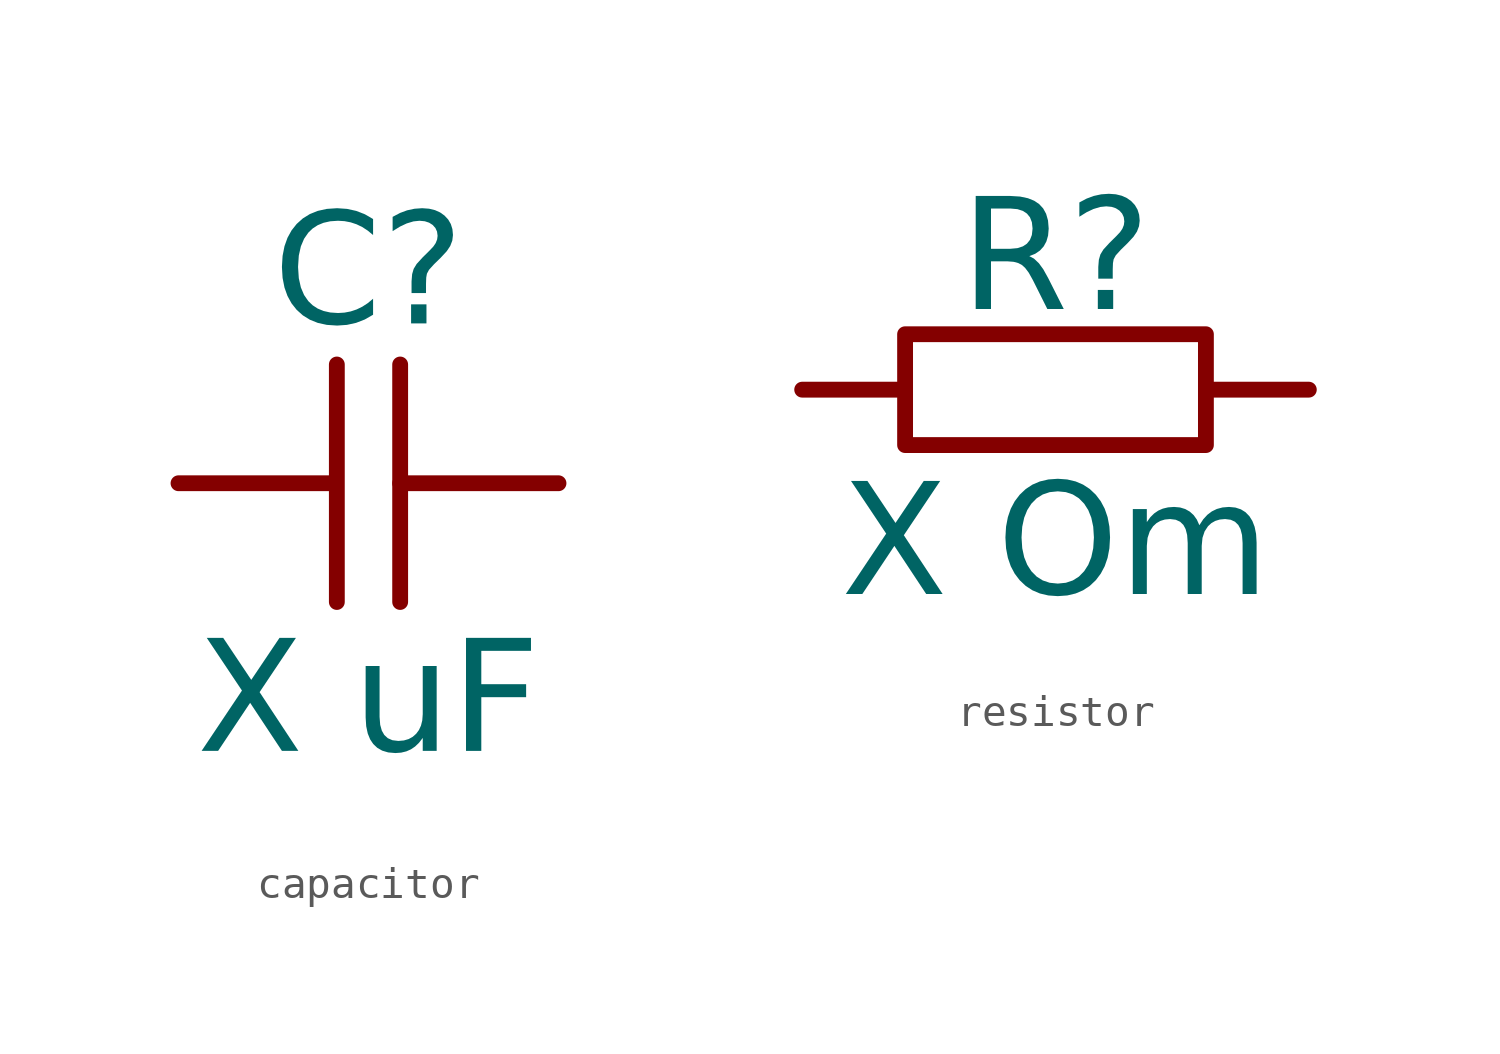
<source format=kicad_sym>
(kicad_symbol_lib
  (version 20241209)
  (generator "kicad_symbol_editor")
  (generator_version "9.0")
  (symbol "capacitor"
    (pin_numbers
      (hide yes))
    (pin_names
      (offset 0.5))
    (property "Reference" "C"
      (at 6 6.5 0)
      (effects (font (face "GOST type A") (size 3.5 3.5))))
    (property "Value" "X uF"
      (at 6 -7 0)
      (effects (font (face "GOST type A") (size 3.5 3.5))))
    (symbol "capacitor_1_1"
      (polyline (pts (xy 0 0) (xy 4.75 0)) (stroke (width 0.5) (type solid)) (fill (type none)))
      (polyline (pts (xy 5 3.75) (xy 5 -3.75)) (stroke (width 0.5) (type solid)) (fill (type none)))
      (polyline (pts (xy 7 3.75) (xy 7 -3.75)) (stroke (width 0.5) (type solid)) (fill (type none)))
      (polyline (pts (xy 7 0) (xy 12 0)) (stroke (width 0.5) (type solid)) (fill (type none)))
      (pin passive line (at 0 0 0) (length 5) (name "" (effects (font (size 2.5 2.5)))) (number "1" (effects (font (size 2.5 2.5)))))
      (pin passive line (at 12 0 180) (length 5) (name "" (effects (font (size 2.5 2.5)))) (number "2" (effects (font (size 2.5 2.5)))))))
  (symbol "resistor"
    (pin_numbers
      (hide yes))
    (property "Reference" "R"
      (at 8 4 0)
      (effects (font (face "GOST type A") (size 3.5 3.5))))
    (property "Value" "X Om"
      (at 8 -5 0)
      (effects (font (face "GOST type A") (size 3.5 3.5))))
    (symbol "resistor_0_1"
      (rectangle (start 3.25 1.75) (end 12.75 -1.75) (stroke (width 0.5) (type default)) (fill (type none))))
    (symbol "resistor_1_1"
      (polyline (pts (xy 0 0) (xy 3 0)) (stroke (width 0.5) (type solid)) (fill (type none)))
      (polyline (pts (xy 13 0) (xy 16 0)) (stroke (width 0.5) (type solid)) (fill (type none)))
      (pin passive line (at 0 0 0) (length 3) (name "" (effects (font (size 2.5 2.5)))) (number "1" (effects (font (size 2.5 2.5)))))
      (pin passive line (at 16 0 180) (length 3) (name "" (effects (font (size 2.5 2.5)))) (number "2" (effects (font (size 2.5 2.5))))))))
</source>
